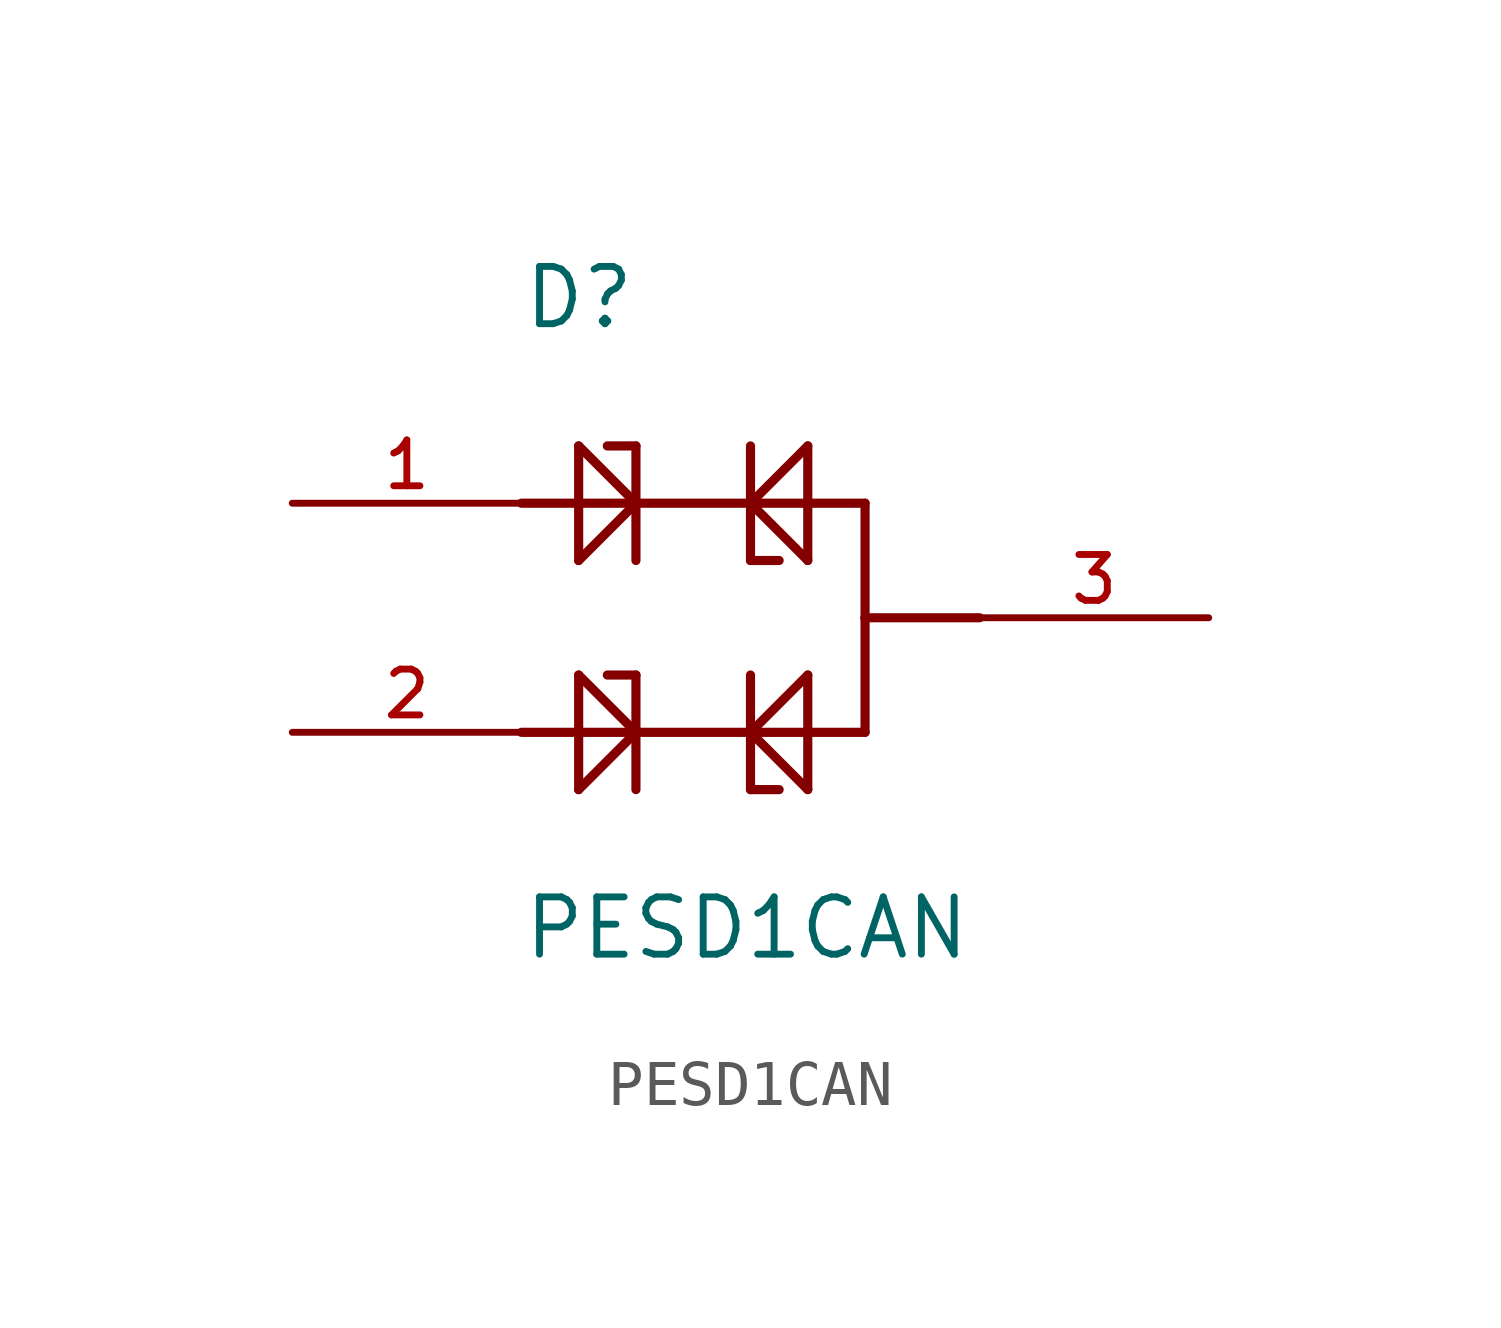
<source format=kicad_sym>
(kicad_symbol_lib
  (version 20241209)
  (generator "kicad_symbol_editor")
  (generator_version "9.0")
  (symbol "PESD1CAN"
    (pin_names
      (offset 1.016))
    (property "Reference" "D"
      (at 0 11.437 0)
      (effects (font (size 1.27 1.27)) (justify left bottom)))
    (property "Value" "PESD1CAN"
      (at 0 -2.542 0)
      (effects (font (size 1.27 1.27)) (justify left bottom)))
    (symbol "PESD1CAN_0_0"
      (polyline (pts (xy 0 7.62) (xy 1.27 7.62)) (stroke (width 0.203) (type default)) (fill (type none)))
      (polyline (pts (xy 0 2.54) (xy 1.27 2.54)) (stroke (width 0.203) (type default)) (fill (type none)))
      (polyline (pts (xy 1.27 8.89) (xy 2.54 7.62)) (stroke (width 0.203) (type default)) (fill (type none)))
      (polyline (pts (xy 1.27 7.62) (xy 6.35 7.62)) (stroke (width 0.203) (type default)) (fill (type none)))
      (polyline (pts (xy 1.27 6.35) (xy 1.27 8.89)) (stroke (width 0.203) (type default)) (fill (type none)))
      (polyline (pts (xy 1.27 3.81) (xy 2.54 2.54)) (stroke (width 0.203) (type default)) (fill (type none)))
      (polyline (pts (xy 1.27 2.54) (xy 6.35 2.54)) (stroke (width 0.203) (type default)) (fill (type none)))
      (polyline (pts (xy 1.27 1.27) (xy 1.27 3.81)) (stroke (width 0.203) (type default)) (fill (type none)))
      (polyline (pts (xy 2.54 8.89) (xy 1.905 8.89)) (stroke (width 0.203) (type default)) (fill (type none)))
      (polyline (pts (xy 2.54 7.62) (xy 1.27 6.35)) (stroke (width 0.203) (type default)) (fill (type none)))
      (polyline (pts (xy 2.54 7.62) (xy 2.54 8.89)) (stroke (width 0.203) (type default)) (fill (type none)))
      (polyline (pts (xy 2.54 6.35) (xy 2.54 7.62)) (stroke (width 0.203) (type default)) (fill (type none)))
      (polyline (pts (xy 2.54 3.81) (xy 1.905 3.81)) (stroke (width 0.203) (type default)) (fill (type none)))
      (polyline (pts (xy 2.54 2.54) (xy 1.27 1.27)) (stroke (width 0.203) (type default)) (fill (type none)))
      (polyline (pts (xy 2.54 2.54) (xy 2.54 3.81)) (stroke (width 0.203) (type default)) (fill (type none)))
      (polyline (pts (xy 2.54 1.27) (xy 2.54 2.54)) (stroke (width 0.203) (type default)) (fill (type none)))
      (polyline (pts (xy 5.08 8.89) (xy 5.08 7.62)) (stroke (width 0.203) (type default)) (fill (type none)))
      (polyline (pts (xy 5.08 7.62) (xy 5.08 6.35)) (stroke (width 0.203) (type default)) (fill (type none)))
      (polyline (pts (xy 5.08 7.62) (xy 6.35 6.35)) (stroke (width 0.203) (type default)) (fill (type none)))
      (polyline (pts (xy 5.08 6.35) (xy 5.715 6.35)) (stroke (width 0.203) (type default)) (fill (type none)))
      (polyline (pts (xy 5.08 3.81) (xy 5.08 2.54)) (stroke (width 0.203) (type default)) (fill (type none)))
      (polyline (pts (xy 5.08 2.54) (xy 5.08 1.27)) (stroke (width 0.203) (type default)) (fill (type none)))
      (polyline (pts (xy 5.08 2.54) (xy 6.35 1.27)) (stroke (width 0.203) (type default)) (fill (type none)))
      (polyline (pts (xy 5.08 1.27) (xy 5.715 1.27)) (stroke (width 0.203) (type default)) (fill (type none)))
      (polyline (pts (xy 6.35 8.89) (xy 5.08 7.62)) (stroke (width 0.203) (type default)) (fill (type none)))
      (polyline (pts (xy 6.35 7.62) (xy 7.62 7.62)) (stroke (width 0.203) (type default)) (fill (type none)))
      (polyline (pts (xy 6.35 6.35) (xy 6.35 8.89)) (stroke (width 0.203) (type default)) (fill (type none)))
      (polyline (pts (xy 6.35 3.81) (xy 5.08 2.54)) (stroke (width 0.203) (type default)) (fill (type none)))
      (polyline (pts (xy 6.35 2.54) (xy 7.62 2.54)) (stroke (width 0.203) (type default)) (fill (type none)))
      (polyline (pts (xy 6.35 1.27) (xy 6.35 3.81)) (stroke (width 0.203) (type default)) (fill (type none)))
      (polyline (pts (xy 7.62 7.62) (xy 7.62 5.08)) (stroke (width 0.203) (type default)) (fill (type none)))
      (polyline (pts (xy 7.62 5.08) (xy 7.62 2.54)) (stroke (width 0.203) (type default)) (fill (type none)))
      (polyline (pts (xy 7.62 5.08) (xy 10.16 5.08)) (stroke (width 0.203) (type default)) (fill (type none))))
    (symbol "PESD1CAN_1_0"
      (pin passive line (at -5.08 7.62 0) (length 5.08) (name "" (effects (font (size 1.016 1.016)))) (number "1" (effects (font (size 1.016 1.016)))))
      (pin passive line (at -5.08 2.54 0) (length 5.08) (name "" (effects (font (size 1.016 1.016)))) (number "2" (effects (font (size 1.016 1.016)))))
      (pin passive line (at 15.24 5.08 180) (length 5.08) (name "" (effects (font (size 1.016 1.016)))) (number "3" (effects (font (size 1.016 1.016))))))))
</source>
